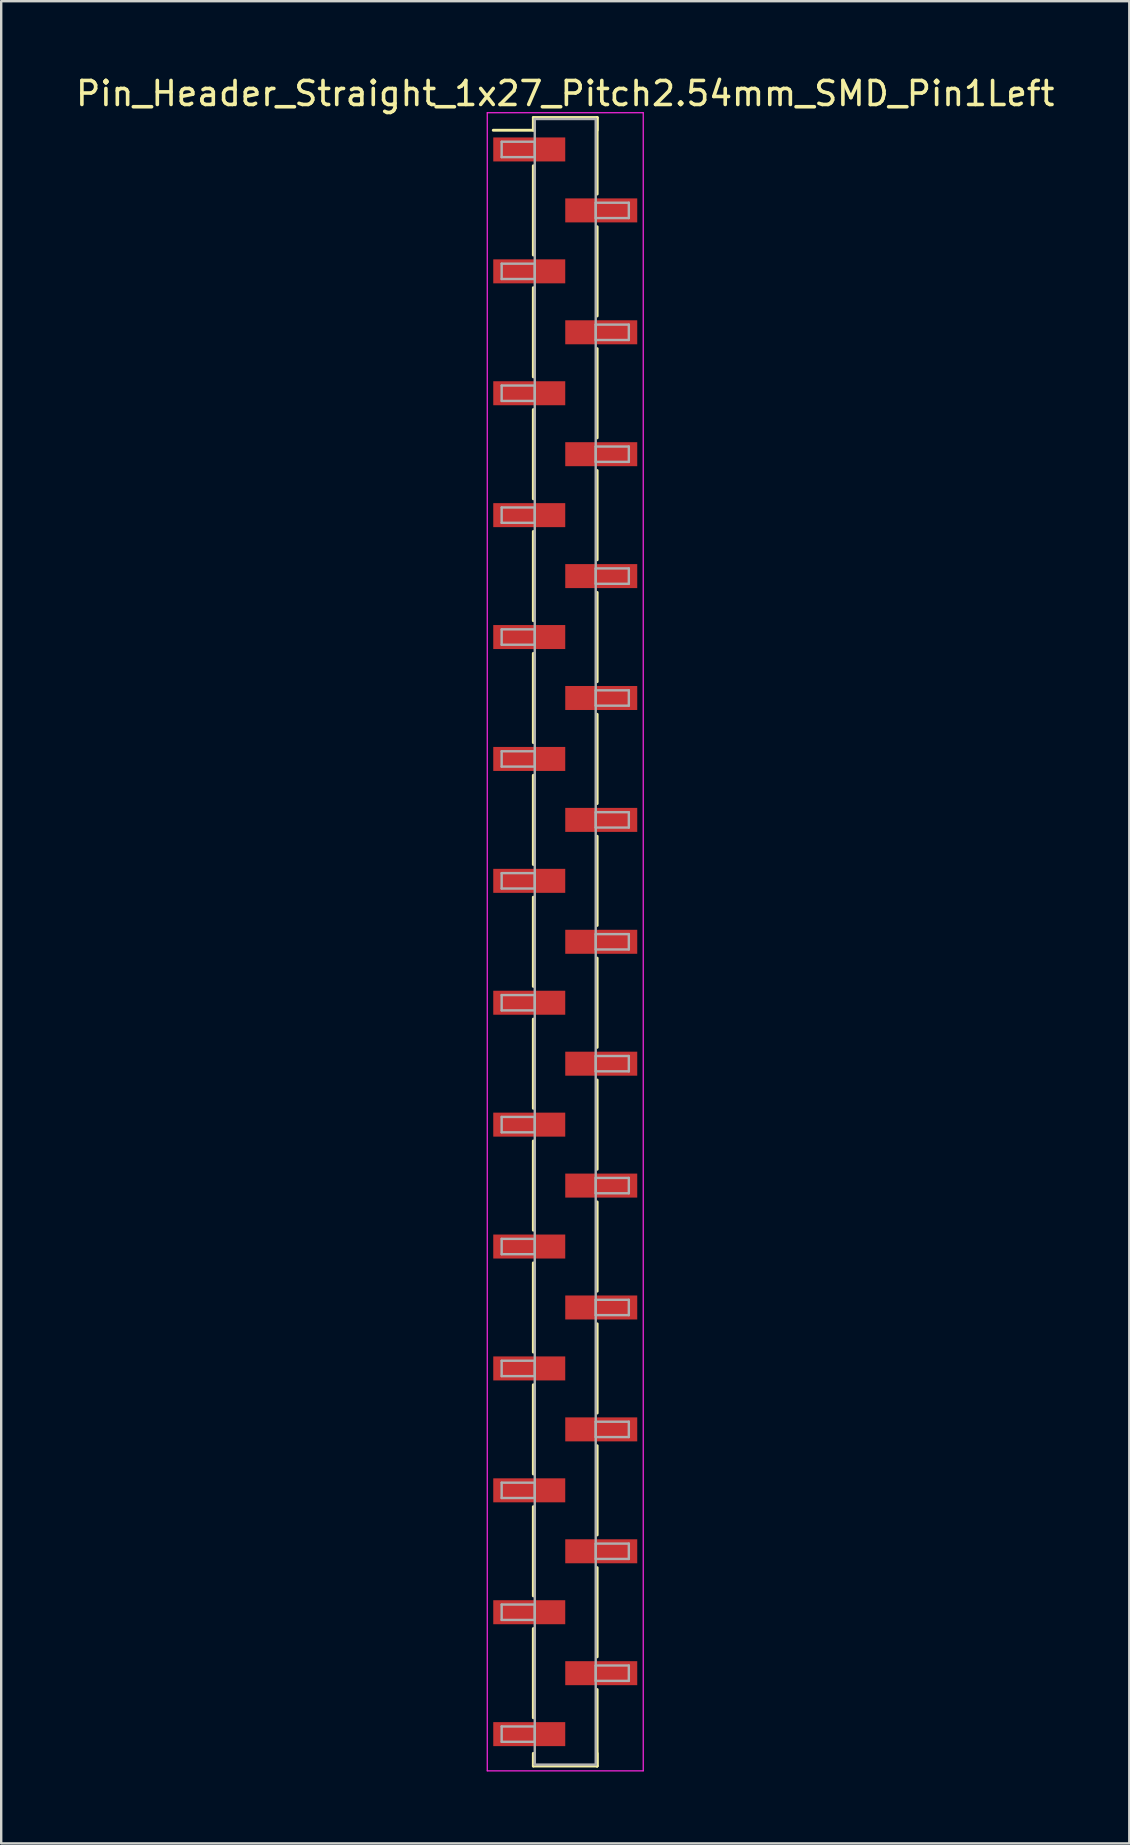
<source format=kicad_pcb>
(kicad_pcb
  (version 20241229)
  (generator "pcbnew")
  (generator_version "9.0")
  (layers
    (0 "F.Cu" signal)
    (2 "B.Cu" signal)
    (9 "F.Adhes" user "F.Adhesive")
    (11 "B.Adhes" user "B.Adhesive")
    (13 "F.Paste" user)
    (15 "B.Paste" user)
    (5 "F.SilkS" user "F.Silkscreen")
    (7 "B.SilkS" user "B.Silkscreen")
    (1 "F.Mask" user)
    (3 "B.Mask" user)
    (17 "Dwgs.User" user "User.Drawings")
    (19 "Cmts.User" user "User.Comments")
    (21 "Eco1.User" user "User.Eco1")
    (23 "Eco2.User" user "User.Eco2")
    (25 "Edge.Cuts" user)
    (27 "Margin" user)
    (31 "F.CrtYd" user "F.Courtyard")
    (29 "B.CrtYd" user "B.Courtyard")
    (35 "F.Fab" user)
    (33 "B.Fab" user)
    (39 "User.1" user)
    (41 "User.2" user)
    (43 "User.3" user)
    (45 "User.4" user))
  (footprint "Pin_Header_Straight_1x27_Pitch2.54mm_SMD_Pin1Left"
    (layer "F.Cu")
    (at 20.506 36.198)
    (property "Reference" "Pin_Header_Straight_1x27_Pitch2.54mm_SMD_Pin1Left" (at 0 -35.35 0) (layer "F.SilkS") (effects (font (size 1 1) (thickness 0.15))))
    (attr smd)
    (fp_line (start -1.33 -34.35) (end 1.33 -34.35) (stroke (width 0.12) (type solid)) (layer "F.SilkS"))
    (fp_line (start -1.33 -33.82) (end -3 -33.82) (stroke (width 0.12) (type solid)) (layer "F.SilkS"))
    (fp_line (start -1.33 -33.82) (end -1.33 -34.35) (stroke (width 0.12) (type solid)) (layer "F.SilkS"))
    (fp_line (start -1.33 -32.34) (end -1.33 -28.62) (stroke (width 0.12) (type solid)) (layer "F.SilkS"))
    (fp_line (start -1.33 -27.26) (end -1.33 -23.54) (stroke (width 0.12) (type solid)) (layer "F.SilkS"))
    (fp_line (start -1.33 -22.18) (end -1.33 -18.46) (stroke (width 0.12) (type solid)) (layer "F.SilkS"))
    (fp_line (start -1.33 -17.1) (end -1.33 -13.38) (stroke (width 0.12) (type solid)) (layer "F.SilkS"))
    (fp_line (start -1.33 -12.02) (end -1.33 -8.3) (stroke (width 0.12) (type solid)) (layer "F.SilkS"))
    (fp_line (start -1.33 -6.94) (end -1.33 -3.22) (stroke (width 0.12) (type solid)) (layer "F.SilkS"))
    (fp_line (start -1.33 -1.86) (end -1.33 1.86) (stroke (width 0.12) (type solid)) (layer "F.SilkS"))
    (fp_line (start -1.33 3.22) (end -1.33 6.94) (stroke (width 0.12) (type solid)) (layer "F.SilkS"))
    (fp_line (start -1.33 8.3) (end -1.33 12.02) (stroke (width 0.12) (type solid)) (layer "F.SilkS"))
    (fp_line (start -1.33 13.38) (end -1.33 17.1) (stroke (width 0.12) (type solid)) (layer "F.SilkS"))
    (fp_line (start -1.33 18.46) (end -1.33 22.18) (stroke (width 0.12) (type solid)) (layer "F.SilkS"))
    (fp_line (start -1.33 23.54) (end -1.33 27.26) (stroke (width 0.12) (type solid)) (layer "F.SilkS"))
    (fp_line (start -1.33 28.62) (end -1.33 32.34) (stroke (width 0.12) (type solid)) (layer "F.SilkS"))
    (fp_line (start -1.33 33.82) (end -1.33 34.35) (stroke (width 0.12) (type solid)) (layer "F.SilkS"))
    (fp_line (start -1.33 34.35) (end 1.33 34.35) (stroke (width 0.12) (type solid)) (layer "F.SilkS"))
    (fp_line (start 1.33 -34.35) (end 1.33 -33.82) (stroke (width 0.12) (type solid)) (layer "F.SilkS"))
    (fp_line (start 1.33 -34.35) (end 1.33 -31.16) (stroke (width 0.12) (type solid)) (layer "F.SilkS"))
    (fp_line (start 1.33 -29.8) (end 1.33 -26.08) (stroke (width 0.12) (type solid)) (layer "F.SilkS"))
    (fp_line (start 1.33 -24.72) (end 1.33 -21) (stroke (width 0.12) (type solid)) (layer "F.SilkS"))
    (fp_line (start 1.33 -19.64) (end 1.33 -15.92) (stroke (width 0.12) (type solid)) (layer "F.SilkS"))
    (fp_line (start 1.33 -14.56) (end 1.33 -10.84) (stroke (width 0.12) (type solid)) (layer "F.SilkS"))
    (fp_line (start 1.33 -9.48) (end 1.33 -5.76) (stroke (width 0.12) (type solid)) (layer "F.SilkS"))
    (fp_line (start 1.33 -4.4) (end 1.33 -0.68) (stroke (width 0.12) (type solid)) (layer "F.SilkS"))
    (fp_line (start 1.33 0.68) (end 1.33 4.4) (stroke (width 0.12) (type solid)) (layer "F.SilkS"))
    (fp_line (start 1.33 5.76) (end 1.33 9.48) (stroke (width 0.12) (type solid)) (layer "F.SilkS"))
    (fp_line (start 1.33 10.84) (end 1.33 14.56) (stroke (width 0.12) (type solid)) (layer "F.SilkS"))
    (fp_line (start 1.33 15.92) (end 1.33 19.64) (stroke (width 0.12) (type solid)) (layer "F.SilkS"))
    (fp_line (start 1.33 21) (end 1.33 24.72) (stroke (width 0.12) (type solid)) (layer "F.SilkS"))
    (fp_line (start 1.33 26.08) (end 1.33 29.8) (stroke (width 0.12) (type solid)) (layer "F.SilkS"))
    (fp_line (start 1.33 31.16) (end 1.33 34.35) (stroke (width 0.12) (type solid)) (layer "F.SilkS"))
    (fp_line (start 1.33 34.35) (end 1.33 33.82) (stroke (width 0.12) (type solid)) (layer "F.SilkS"))
    (fp_line (start -3.25 -34.55) (end -3.25 34.55) (stroke (width 0.05) (type solid)) (layer "F.CrtYd"))
    (fp_line (start -3.25 34.55) (end 3.25 34.55) (stroke (width 0.05) (type solid)) (layer "F.CrtYd"))
    (fp_line (start 3.25 -34.55) (end -3.25 -34.55) (stroke (width 0.05) (type solid)) (layer "F.CrtYd"))
    (fp_line (start 3.25 34.55) (end 3.25 -34.55) (stroke (width 0.05) (type solid)) (layer "F.CrtYd"))
    (fp_line (start -2.65 -33.34) (end -1.27 -33.34) (stroke (width 0.1) (type solid)) (layer "F.Fab"))
    (fp_line (start -2.65 -32.7) (end -2.65 -33.34) (stroke (width 0.1) (type solid)) (layer "F.Fab"))
    (fp_line (start -2.65 -28.26) (end -1.27 -28.26) (stroke (width 0.1) (type solid)) (layer "F.Fab"))
    (fp_line (start -2.65 -27.62) (end -2.65 -28.26) (stroke (width 0.1) (type solid)) (layer "F.Fab"))
    (fp_line (start -2.65 -23.18) (end -1.27 -23.18) (stroke (width 0.1) (type solid)) (layer "F.Fab"))
    (fp_line (start -2.65 -22.54) (end -2.65 -23.18) (stroke (width 0.1) (type solid)) (layer "F.Fab"))
    (fp_line (start -2.65 -18.1) (end -1.27 -18.1) (stroke (width 0.1) (type solid)) (layer "F.Fab"))
    (fp_line (start -2.65 -17.46) (end -2.65 -18.1) (stroke (width 0.1) (type solid)) (layer "F.Fab"))
    (fp_line (start -2.65 -13.02) (end -1.27 -13.02) (stroke (width 0.1) (type solid)) (layer "F.Fab"))
    (fp_line (start -2.65 -12.38) (end -2.65 -13.02) (stroke (width 0.1) (type solid)) (layer "F.Fab"))
    (fp_line (start -2.65 -7.94) (end -1.27 -7.94) (stroke (width 0.1) (type solid)) (layer "F.Fab"))
    (fp_line (start -2.65 -7.3) (end -2.65 -7.94) (stroke (width 0.1) (type solid)) (layer "F.Fab"))
    (fp_line (start -2.65 -2.86) (end -1.27 -2.86) (stroke (width 0.1) (type solid)) (layer "F.Fab"))
    (fp_line (start -2.65 -2.22) (end -2.65 -2.86) (stroke (width 0.1) (type solid)) (layer "F.Fab"))
    (fp_line (start -2.65 2.22) (end -1.27 2.22) (stroke (width 0.1) (type solid)) (layer "F.Fab"))
    (fp_line (start -2.65 2.86) (end -2.65 2.22) (stroke (width 0.1) (type solid)) (layer "F.Fab"))
    (fp_line (start -2.65 7.3) (end -1.27 7.3) (stroke (width 0.1) (type solid)) (layer "F.Fab"))
    (fp_line (start -2.65 7.94) (end -2.65 7.3) (stroke (width 0.1) (type solid)) (layer "F.Fab"))
    (fp_line (start -2.65 12.38) (end -1.27 12.38) (stroke (width 0.1) (type solid)) (layer "F.Fab"))
    (fp_line (start -2.65 13.02) (end -2.65 12.38) (stroke (width 0.1) (type solid)) (layer "F.Fab"))
    (fp_line (start -2.65 17.46) (end -1.27 17.46) (stroke (width 0.1) (type solid)) (layer "F.Fab"))
    (fp_line (start -2.65 18.1) (end -2.65 17.46) (stroke (width 0.1) (type solid)) (layer "F.Fab"))
    (fp_line (start -2.65 22.54) (end -1.27 22.54) (stroke (width 0.1) (type solid)) (layer "F.Fab"))
    (fp_line (start -2.65 23.18) (end -2.65 22.54) (stroke (width 0.1) (type solid)) (layer "F.Fab"))
    (fp_line (start -2.65 27.62) (end -1.27 27.62) (stroke (width 0.1) (type solid)) (layer "F.Fab"))
    (fp_line (start -2.65 28.26) (end -2.65 27.62) (stroke (width 0.1) (type solid)) (layer "F.Fab"))
    (fp_line (start -2.65 32.7) (end -1.27 32.7) (stroke (width 0.1) (type solid)) (layer "F.Fab"))
    (fp_line (start -2.65 33.34) (end -2.65 32.7) (stroke (width 0.1) (type solid)) (layer "F.Fab"))
    (fp_line (start -1.27 -34.29) (end -1.27 34.29) (stroke (width 0.1) (type solid)) (layer "F.Fab"))
    (fp_line (start -1.27 -33.34) (end -1.27 -32.7) (stroke (width 0.1) (type solid)) (layer "F.Fab"))
    (fp_line (start -1.27 -32.7) (end -2.65 -32.7) (stroke (width 0.1) (type solid)) (layer "F.Fab"))
    (fp_line (start -1.27 -28.26) (end -1.27 -27.62) (stroke (width 0.1) (type solid)) (layer "F.Fab"))
    (fp_line (start -1.27 -27.62) (end -2.65 -27.62) (stroke (width 0.1) (type solid)) (layer "F.Fab"))
    (fp_line (start -1.27 -23.18) (end -1.27 -22.54) (stroke (width 0.1) (type solid)) (layer "F.Fab"))
    (fp_line (start -1.27 -22.54) (end -2.65 -22.54) (stroke (width 0.1) (type solid)) (layer "F.Fab"))
    (fp_line (start -1.27 -18.1) (end -1.27 -17.46) (stroke (width 0.1) (type solid)) (layer "F.Fab"))
    (fp_line (start -1.27 -17.46) (end -2.65 -17.46) (stroke (width 0.1) (type solid)) (layer "F.Fab"))
    (fp_line (start -1.27 -13.02) (end -1.27 -12.38) (stroke (width 0.1) (type solid)) (layer "F.Fab"))
    (fp_line (start -1.27 -12.38) (end -2.65 -12.38) (stroke (width 0.1) (type solid)) (layer "F.Fab"))
    (fp_line (start -1.27 -7.94) (end -1.27 -7.3) (stroke (width 0.1) (type solid)) (layer "F.Fab"))
    (fp_line (start -1.27 -7.3) (end -2.65 -7.3) (stroke (width 0.1) (type solid)) (layer "F.Fab"))
    (fp_line (start -1.27 -2.86) (end -1.27 -2.22) (stroke (width 0.1) (type solid)) (layer "F.Fab"))
    (fp_line (start -1.27 -2.22) (end -2.65 -2.22) (stroke (width 0.1) (type solid)) (layer "F.Fab"))
    (fp_line (start -1.27 2.22) (end -1.27 2.86) (stroke (width 0.1) (type solid)) (layer "F.Fab"))
    (fp_line (start -1.27 2.86) (end -2.65 2.86) (stroke (width 0.1) (type solid)) (layer "F.Fab"))
    (fp_line (start -1.27 7.3) (end -1.27 7.94) (stroke (width 0.1) (type solid)) (layer "F.Fab"))
    (fp_line (start -1.27 7.94) (end -2.65 7.94) (stroke (width 0.1) (type solid)) (layer "F.Fab"))
    (fp_line (start -1.27 12.38) (end -1.27 13.02) (stroke (width 0.1) (type solid)) (layer "F.Fab"))
    (fp_line (start -1.27 13.02) (end -2.65 13.02) (stroke (width 0.1) (type solid)) (layer "F.Fab"))
    (fp_line (start -1.27 17.46) (end -1.27 18.1) (stroke (width 0.1) (type solid)) (layer "F.Fab"))
    (fp_line (start -1.27 18.1) (end -2.65 18.1) (stroke (width 0.1) (type solid)) (layer "F.Fab"))
    (fp_line (start -1.27 22.54) (end -1.27 23.18) (stroke (width 0.1) (type solid)) (layer "F.Fab"))
    (fp_line (start -1.27 23.18) (end -2.65 23.18) (stroke (width 0.1) (type solid)) (layer "F.Fab"))
    (fp_line (start -1.27 27.62) (end -1.27 28.26) (stroke (width 0.1) (type solid)) (layer "F.Fab"))
    (fp_line (start -1.27 28.26) (end -2.65 28.26) (stroke (width 0.1) (type solid)) (layer "F.Fab"))
    (fp_line (start -1.27 32.7) (end -1.27 33.34) (stroke (width 0.1) (type solid)) (layer "F.Fab"))
    (fp_line (start -1.27 33.34) (end -2.65 33.34) (stroke (width 0.1) (type solid)) (layer "F.Fab"))
    (fp_line (start -1.27 34.29) (end 1.27 34.29) (stroke (width 0.1) (type solid)) (layer "F.Fab"))
    (fp_line (start 1.27 -34.29) (end -1.27 -34.29) (stroke (width 0.1) (type solid)) (layer "F.Fab"))
    (fp_line (start 1.27 -30.8) (end 1.27 -30.16) (stroke (width 0.1) (type solid)) (layer "F.Fab"))
    (fp_line (start 1.27 -30.16) (end 2.65 -30.16) (stroke (width 0.1) (type solid)) (layer "F.Fab"))
    (fp_line (start 1.27 -25.72) (end 1.27 -25.08) (stroke (width 0.1) (type solid)) (layer "F.Fab"))
    (fp_line (start 1.27 -25.08) (end 2.65 -25.08) (stroke (width 0.1) (type solid)) (layer "F.Fab"))
    (fp_line (start 1.27 -20.64) (end 1.27 -20) (stroke (width 0.1) (type solid)) (layer "F.Fab"))
    (fp_line (start 1.27 -20) (end 2.65 -20) (stroke (width 0.1) (type solid)) (layer "F.Fab"))
    (fp_line (start 1.27 -15.56) (end 1.27 -14.92) (stroke (width 0.1) (type solid)) (layer "F.Fab"))
    (fp_line (start 1.27 -14.92) (end 2.65 -14.92) (stroke (width 0.1) (type solid)) (layer "F.Fab"))
    (fp_line (start 1.27 -10.48) (end 1.27 -9.84) (stroke (width 0.1) (type solid)) (layer "F.Fab"))
    (fp_line (start 1.27 -9.84) (end 2.65 -9.84) (stroke (width 0.1) (type solid)) (layer "F.Fab"))
    (fp_line (start 1.27 -5.4) (end 1.27 -4.76) (stroke (width 0.1) (type solid)) (layer "F.Fab"))
    (fp_line (start 1.27 -4.76) (end 2.65 -4.76) (stroke (width 0.1) (type solid)) (layer "F.Fab"))
    (fp_line (start 1.27 -0.32) (end 1.27 0.32) (stroke (width 0.1) (type solid)) (layer "F.Fab"))
    (fp_line (start 1.27 0.32) (end 2.65 0.32) (stroke (width 0.1) (type solid)) (layer "F.Fab"))
    (fp_line (start 1.27 4.76) (end 1.27 5.4) (stroke (width 0.1) (type solid)) (layer "F.Fab"))
    (fp_line (start 1.27 5.4) (end 2.65 5.4) (stroke (width 0.1) (type solid)) (layer "F.Fab"))
    (fp_line (start 1.27 9.84) (end 1.27 10.48) (stroke (width 0.1) (type solid)) (layer "F.Fab"))
    (fp_line (start 1.27 10.48) (end 2.65 10.48) (stroke (width 0.1) (type solid)) (layer "F.Fab"))
    (fp_line (start 1.27 14.92) (end 1.27 15.56) (stroke (width 0.1) (type solid)) (layer "F.Fab"))
    (fp_line (start 1.27 15.56) (end 2.65 15.56) (stroke (width 0.1) (type solid)) (layer "F.Fab"))
    (fp_line (start 1.27 20) (end 1.27 20.64) (stroke (width 0.1) (type solid)) (layer "F.Fab"))
    (fp_line (start 1.27 20.64) (end 2.65 20.64) (stroke (width 0.1) (type solid)) (layer "F.Fab"))
    (fp_line (start 1.27 25.08) (end 1.27 25.72) (stroke (width 0.1) (type solid)) (layer "F.Fab"))
    (fp_line (start 1.27 25.72) (end 2.65 25.72) (stroke (width 0.1) (type solid)) (layer "F.Fab"))
    (fp_line (start 1.27 30.16) (end 1.27 30.8) (stroke (width 0.1) (type solid)) (layer "F.Fab"))
    (fp_line (start 1.27 30.8) (end 2.65 30.8) (stroke (width 0.1) (type solid)) (layer "F.Fab"))
    (fp_line (start 1.27 34.29) (end 1.27 -34.29) (stroke (width 0.1) (type solid)) (layer "F.Fab"))
    (fp_line (start 2.65 -30.8) (end 1.27 -30.8) (stroke (width 0.1) (type solid)) (layer "F.Fab"))
    (fp_line (start 2.65 -30.16) (end 2.65 -30.8) (stroke (width 0.1) (type solid)) (layer "F.Fab"))
    (fp_line (start 2.65 -25.72) (end 1.27 -25.72) (stroke (width 0.1) (type solid)) (layer "F.Fab"))
    (fp_line (start 2.65 -25.08) (end 2.65 -25.72) (stroke (width 0.1) (type solid)) (layer "F.Fab"))
    (fp_line (start 2.65 -20.64) (end 1.27 -20.64) (stroke (width 0.1) (type solid)) (layer "F.Fab"))
    (fp_line (start 2.65 -20) (end 2.65 -20.64) (stroke (width 0.1) (type solid)) (layer "F.Fab"))
    (fp_line (start 2.65 -15.56) (end 1.27 -15.56) (stroke (width 0.1) (type solid)) (layer "F.Fab"))
    (fp_line (start 2.65 -14.92) (end 2.65 -15.56) (stroke (width 0.1) (type solid)) (layer "F.Fab"))
    (fp_line (start 2.65 -10.48) (end 1.27 -10.48) (stroke (width 0.1) (type solid)) (layer "F.Fab"))
    (fp_line (start 2.65 -9.84) (end 2.65 -10.48) (stroke (width 0.1) (type solid)) (layer "F.Fab"))
    (fp_line (start 2.65 -5.4) (end 1.27 -5.4) (stroke (width 0.1) (type solid)) (layer "F.Fab"))
    (fp_line (start 2.65 -4.76) (end 2.65 -5.4) (stroke (width 0.1) (type solid)) (layer "F.Fab"))
    (fp_line (start 2.65 -0.32) (end 1.27 -0.32) (stroke (width 0.1) (type solid)) (layer "F.Fab"))
    (fp_line (start 2.65 0.32) (end 2.65 -0.32) (stroke (width 0.1) (type solid)) (layer "F.Fab"))
    (fp_line (start 2.65 4.76) (end 1.27 4.76) (stroke (width 0.1) (type solid)) (layer "F.Fab"))
    (fp_line (start 2.65 5.4) (end 2.65 4.76) (stroke (width 0.1) (type solid)) (layer "F.Fab"))
    (fp_line (start 2.65 9.84) (end 1.27 9.84) (stroke (width 0.1) (type solid)) (layer "F.Fab"))
    (fp_line (start 2.65 10.48) (end 2.65 9.84) (stroke (width 0.1) (type solid)) (layer "F.Fab"))
    (fp_line (start 2.65 14.92) (end 1.27 14.92) (stroke (width 0.1) (type solid)) (layer "F.Fab"))
    (fp_line (start 2.65 15.56) (end 2.65 14.92) (stroke (width 0.1) (type solid)) (layer "F.Fab"))
    (fp_line (start 2.65 20) (end 1.27 20) (stroke (width 0.1) (type solid)) (layer "F.Fab"))
    (fp_line (start 2.65 20.64) (end 2.65 20) (stroke (width 0.1) (type solid)) (layer "F.Fab"))
    (fp_line (start 2.65 25.08) (end 1.27 25.08) (stroke (width 0.1) (type solid)) (layer "F.Fab"))
    (fp_line (start 2.65 25.72) (end 2.65 25.08) (stroke (width 0.1) (type solid)) (layer "F.Fab"))
    (fp_line (start 2.65 30.16) (end 1.27 30.16) (stroke (width 0.1) (type solid)) (layer "F.Fab"))
    (fp_line (start 2.65 30.8) (end 2.65 30.16) (stroke (width 0.1) (type solid)) (layer "F.Fab"))
    (pad "1" smd rect (at -1.5 -33.02) (size 3 1) (layers "F.Cu" "F.Mask"))
    (pad "2" smd rect (at 1.5 -30.48) (size 3 1) (layers "F.Cu" "F.Mask"))
    (pad "3" smd rect (at -1.5 -27.94) (size 3 1) (layers "F.Cu" "F.Mask"))
    (pad "4" smd rect (at 1.5 -25.4) (size 3 1) (layers "F.Cu" "F.Mask"))
    (pad "5" smd rect (at -1.5 -22.86) (size 3 1) (layers "F.Cu" "F.Mask"))
    (pad "6" smd rect (at 1.5 -20.32) (size 3 1) (layers "F.Cu" "F.Mask"))
    (pad "7" smd rect (at -1.5 -17.78) (size 3 1) (layers "F.Cu" "F.Mask"))
    (pad "8" smd rect (at 1.5 -15.24) (size 3 1) (layers "F.Cu" "F.Mask"))
    (pad "9" smd rect (at -1.5 -12.7) (size 3 1) (layers "F.Cu" "F.Mask"))
    (pad "10" smd rect (at 1.5 -10.16) (size 3 1) (layers "F.Cu" "F.Mask"))
    (pad "11" smd rect (at -1.5 -7.62) (size 3 1) (layers "F.Cu" "F.Mask"))
    (pad "12" smd rect (at 1.5 -5.08) (size 3 1) (layers "F.Cu" "F.Mask"))
    (pad "13" smd rect (at -1.5 -2.54) (size 3 1) (layers "F.Cu" "F.Mask"))
    (pad "14" smd rect (at 1.5 0) (size 3 1) (layers "F.Cu" "F.Mask"))
    (pad "15" smd rect (at -1.5 2.54) (size 3 1) (layers "F.Cu" "F.Mask"))
    (pad "16" smd rect (at 1.5 5.08) (size 3 1) (layers "F.Cu" "F.Mask"))
    (pad "17" smd rect (at -1.5 7.62) (size 3 1) (layers "F.Cu" "F.Mask"))
    (pad "18" smd rect (at 1.5 10.16) (size 3 1) (layers "F.Cu" "F.Mask"))
    (pad "19" smd rect (at -1.5 12.7) (size 3 1) (layers "F.Cu" "F.Mask"))
    (pad "20" smd rect (at 1.5 15.24) (size 3 1) (layers "F.Cu" "F.Mask"))
    (pad "21" smd rect (at -1.5 17.78) (size 3 1) (layers "F.Cu" "F.Mask"))
    (pad "22" smd rect (at 1.5 20.32) (size 3 1) (layers "F.Cu" "F.Mask"))
    (pad "23" smd rect (at -1.5 22.86) (size 3 1) (layers "F.Cu" "F.Mask"))
    (pad "24" smd rect (at 1.5 25.4) (size 3 1) (layers "F.Cu" "F.Mask"))
    (pad "25" smd rect (at -1.5 27.94) (size 3 1) (layers "F.Cu" "F.Mask"))
    (pad "26" smd rect (at 1.5 30.48) (size 3 1) (layers "F.Cu" "F.Mask"))
    (pad "27" smd rect (at -1.5 33.02) (size 3 1) (layers "F.Cu" "F.Mask")))
  (gr_rect
    (start -3 -3)
    (end 44.012 73.773)
    (stroke (width 0.1) (type default))
    (fill no)
    (layer "Edge.Cuts")))
</source>
